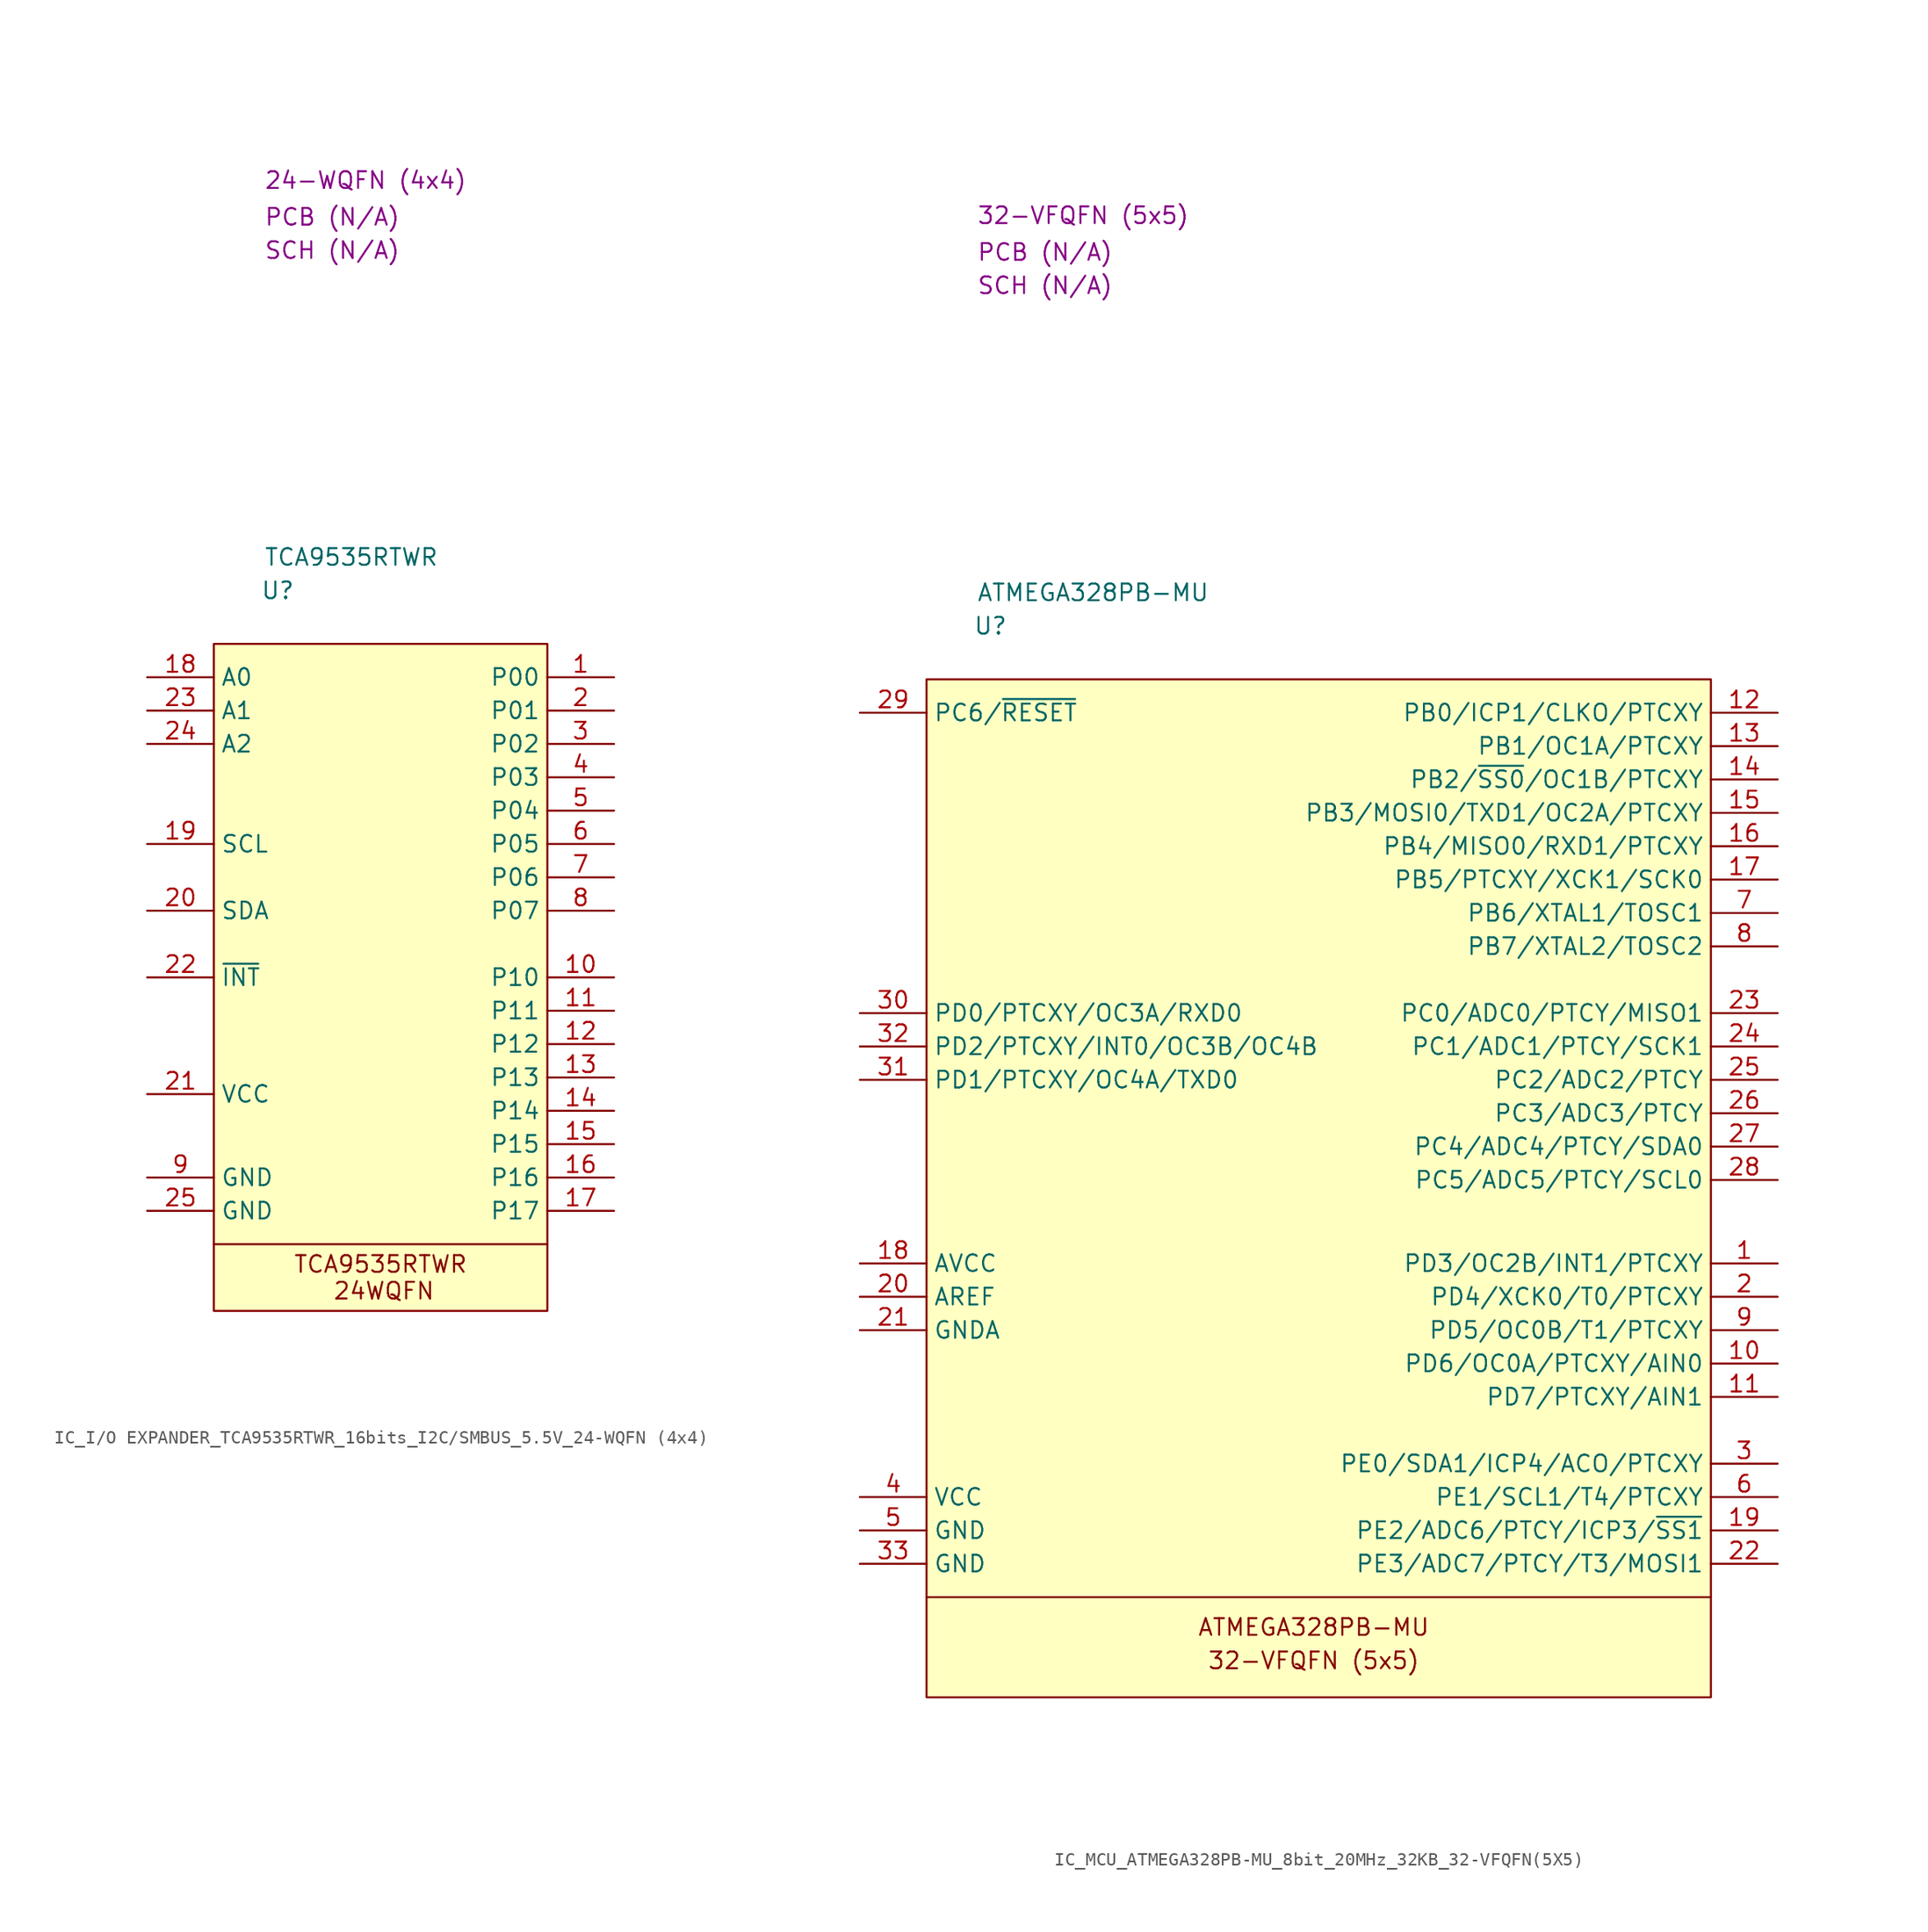
<source format=kicad_sym>
(kicad_symbol_lib
  (version 20231120)
  (generator "kicad_symbol_editor")
  (generator_version "8.0")
  (symbol "IC_I/O EXPANDER_TCA9535RTWR_16bits_I2C/SMBUS_5.5V_24-WQFN (4x4)"
    (property "Reference" "U"
      (at 3.556 4.064 0)
      (effects (font (size 1.27 1.27)) (justify left)))
    (property "Value" "TCA9535RTWR"
      (at 3.81 6.604 0)
      (effects (font (size 1.27 1.27)) (justify left)))
    (property "Package" "24-WQFN (4x4)"
      (at 3.81 35.306 0)
      (effects (font (size 1.27 1.27)) (justify left)))
    (property "SCH CHECK" "SCH (N/A)"
      (at 3.81 29.972 0)
      (effects (font (size 1.27 1.27)) (justify left)))
    (property "PCB CHECK" "PCB (N/A)"
      (at 3.81 32.512 0)
      (effects (font (size 1.27 1.27)) (justify left)))
    (symbol "IC_I/O EXPANDER_TCA9535RTWR_16bits_I2C/SMBUS_5.5V_24-WQFN (4x4)_1_1"
      (polyline (pts (xy 0 -45.72) (xy 25.4 -45.72)) (stroke (width 0) (type default)) (fill (type none)))
      (rectangle (start 0 0) (end 25.4 -50.8) (stroke (width 0) (type default)) (fill (type background)))
      (text "24WQFN" (at 12.954 -49.276 0) (effects (font (size 1.27 1.27))))
      (text "TCA9535RTWR" (at 12.7 -47.244 0) (effects (font (size 1.27 1.27))))
      (pin passive line (at 30.48 -2.54 180) (length 5.08) (name "P00" (effects (font (size 1.27 1.27)))) (number "1" (effects (font (size 1.27 1.27)))))
      (pin passive line (at 30.48 -25.4 180) (length 5.08) (name "P10" (effects (font (size 1.27 1.27)))) (number "10" (effects (font (size 1.27 1.27)))))
      (pin passive line (at 30.48 -27.94 180) (length 5.08) (name "P11" (effects (font (size 1.27 1.27)))) (number "11" (effects (font (size 1.27 1.27)))))
      (pin passive line (at 30.48 -30.48 180) (length 5.08) (name "P12" (effects (font (size 1.27 1.27)))) (number "12" (effects (font (size 1.27 1.27)))))
      (pin passive line (at 30.48 -33.02 180) (length 5.08) (name "P13" (effects (font (size 1.27 1.27)))) (number "13" (effects (font (size 1.27 1.27)))))
      (pin passive line (at 30.48 -35.56 180) (length 5.08) (name "P14" (effects (font (size 1.27 1.27)))) (number "14" (effects (font (size 1.27 1.27)))))
      (pin passive line (at 30.48 -38.1 180) (length 5.08) (name "P15" (effects (font (size 1.27 1.27)))) (number "15" (effects (font (size 1.27 1.27)))))
      (pin passive line (at 30.48 -40.64 180) (length 5.08) (name "P16" (effects (font (size 1.27 1.27)))) (number "16" (effects (font (size 1.27 1.27)))))
      (pin passive line (at 30.48 -43.18 180) (length 5.08) (name "P17" (effects (font (size 1.27 1.27)))) (number "17" (effects (font (size 1.27 1.27)))))
      (pin passive line (at -5.08 -2.54 0) (length 5.08) (name "A0" (effects (font (size 1.27 1.27)))) (number "18" (effects (font (size 1.27 1.27)))))
      (pin passive line (at -5.08 -15.24 0) (length 5.08) (name "SCL" (effects (font (size 1.27 1.27)))) (number "19" (effects (font (size 1.27 1.27)))))
      (pin passive line (at 30.48 -5.08 180) (length 5.08) (name "P01" (effects (font (size 1.27 1.27)))) (number "2" (effects (font (size 1.27 1.27)))))
      (pin passive line (at -5.08 -20.32 0) (length 5.08) (name "SDA" (effects (font (size 1.27 1.27)))) (number "20" (effects (font (size 1.27 1.27)))))
      (pin passive line (at -5.08 -34.29 0) (length 5.08) (name "VCC" (effects (font (size 1.27 1.27)))) (number "21" (effects (font (size 1.27 1.27)))))
      (pin passive line (at -5.08 -25.4 0) (length 5.08) (name "~{INT}" (effects (font (size 1.27 1.27)))) (number "22" (effects (font (size 1.27 1.27)))))
      (pin passive line (at -5.08 -5.08 0) (length 5.08) (name "A1" (effects (font (size 1.27 1.27)))) (number "23" (effects (font (size 1.27 1.27)))))
      (pin passive line (at -5.08 -7.62 0) (length 5.08) (name "A2" (effects (font (size 1.27 1.27)))) (number "24" (effects (font (size 1.27 1.27)))))
      (pin passive line (at -5.08 -43.18 0) (length 5.08) (name "GND" (effects (font (size 1.27 1.27)))) (number "25" (effects (font (size 1.27 1.27)))))
      (pin passive line (at 30.48 -7.62 180) (length 5.08) (name "P02" (effects (font (size 1.27 1.27)))) (number "3" (effects (font (size 1.27 1.27)))))
      (pin passive line (at 30.48 -10.16 180) (length 5.08) (name "P03" (effects (font (size 1.27 1.27)))) (number "4" (effects (font (size 1.27 1.27)))))
      (pin passive line (at 30.48 -12.7 180) (length 5.08) (name "P04" (effects (font (size 1.27 1.27)))) (number "5" (effects (font (size 1.27 1.27)))))
      (pin passive line (at 30.48 -15.24 180) (length 5.08) (name "P05" (effects (font (size 1.27 1.27)))) (number "6" (effects (font (size 1.27 1.27)))))
      (pin passive line (at 30.48 -17.78 180) (length 5.08) (name "P06" (effects (font (size 1.27 1.27)))) (number "7" (effects (font (size 1.27 1.27)))))
      (pin passive line (at 30.48 -20.32 180) (length 5.08) (name "P07" (effects (font (size 1.27 1.27)))) (number "8" (effects (font (size 1.27 1.27)))))
      (pin passive line (at -5.08 -40.64 0) (length 5.08) (name "GND" (effects (font (size 1.27 1.27)))) (number "9" (effects (font (size 1.27 1.27)))))))
  (symbol "IC_MCU_ATMEGA328PB-MU_8bit_20MHz_32KB_32-VFQFN(5X5)"
    (property "Reference" "U"
      (at 3.556 4.064 0)
      (effects (font (size 1.27 1.27)) (justify left)))
    (property "Value" "ATMEGA328PB-MU"
      (at 3.81 6.604 0)
      (effects (font (size 1.27 1.27)) (justify left)))
    (property "Package" "32-VFQFN (5x5)"
      (at 3.81 35.306 0)
      (effects (font (size 1.27 1.27)) (justify left)))
    (property "SCH CHECK" "SCH (N/A)"
      (at 3.81 29.972 0)
      (effects (font (size 1.27 1.27)) (justify left)))
    (property "PCB CHECK" "PCB (N/A)"
      (at 3.81 32.512 0)
      (effects (font (size 1.27 1.27)) (justify left)))
    (symbol "IC_MCU_ATMEGA328PB-MU_8bit_20MHz_32KB_32-VFQFN(5X5)_0_0"
      (pin passive line (at 64.77 -44.45 180) (length 5.08) (name "PD3/OC2B/INT1/PTCXY" (effects (font (size 1.27 1.27)))) (number "1" (effects (font (size 1.27 1.27)))))
      (pin passive line (at 64.77 -52.07 180) (length 5.08) (name "PD6/OC0A/PTCXY/AIN0" (effects (font (size 1.27 1.27)))) (number "10" (effects (font (size 1.27 1.27)))))
      (pin passive line (at 64.77 -54.61 180) (length 5.08) (name "PD7/PTCXY/AIN1" (effects (font (size 1.27 1.27)))) (number "11" (effects (font (size 1.27 1.27)))))
      (pin passive line (at 64.77 -2.54 180) (length 5.08) (name "PB0/ICP1/CLKO/PTCXY" (effects (font (size 1.27 1.27)))) (number "12" (effects (font (size 1.27 1.27)))))
      (pin passive line (at 64.77 -5.08 180) (length 5.08) (name "PB1/OC1A/PTCXY" (effects (font (size 1.27 1.27)))) (number "13" (effects (font (size 1.27 1.27)))))
      (pin passive line (at 64.77 -7.62 180) (length 5.08) (name "PB2/~{SS0}/OC1B/PTCXY" (effects (font (size 1.27 1.27)))) (number "14" (effects (font (size 1.27 1.27)))))
      (pin passive line (at 64.77 -10.16 180) (length 5.08) (name "PB3/MOSI0/TXD1/OC2A/PTCXY" (effects (font (size 1.27 1.27)))) (number "15" (effects (font (size 1.27 1.27)))))
      (pin passive line (at 64.77 -12.7 180) (length 5.08) (name "PB4/MISO0/RXD1/PTCXY" (effects (font (size 1.27 1.27)))) (number "16" (effects (font (size 1.27 1.27)))))
      (pin passive line (at 64.77 -15.24 180) (length 5.08) (name "PB5/PTCXY/XCK1/SCK0" (effects (font (size 1.27 1.27)))) (number "17" (effects (font (size 1.27 1.27)))))
      (pin passive line (at -5.08 -44.45 0) (length 5.08) (name "AVCC" (effects (font (size 1.27 1.27)))) (number "18" (effects (font (size 1.27 1.27)))))
      (pin passive line (at 64.77 -64.77 180) (length 5.08) (name "PE2/ADC6/PTCY/ICP3/~{SS1}" (effects (font (size 1.27 1.27)))) (number "19" (effects (font (size 1.27 1.27)))))
      (pin passive line (at 64.77 -46.99 180) (length 5.08) (name "PD4/XCK0/T0/PTCXY" (effects (font (size 1.27 1.27)))) (number "2" (effects (font (size 1.27 1.27)))))
      (pin passive line (at -5.08 -46.99 0) (length 5.08) (name "AREF" (effects (font (size 1.27 1.27)))) (number "20" (effects (font (size 1.27 1.27)))))
      (pin passive line (at 64.77 -67.31 180) (length 5.08) (name "PE3/ADC7/PTCY/T3/MOSI1" (effects (font (size 1.27 1.27)))) (number "22" (effects (font (size 1.27 1.27)))))
      (pin passive line (at 64.77 -25.4 180) (length 5.08) (name "PC0/ADC0/PTCY/MISO1" (effects (font (size 1.27 1.27)))) (number "23" (effects (font (size 1.27 1.27)))))
      (pin passive line (at 64.77 -27.94 180) (length 5.08) (name "PC1/ADC1/PTCY/SCK1" (effects (font (size 1.27 1.27)))) (number "24" (effects (font (size 1.27 1.27)))))
      (pin passive line (at 64.77 -30.48 180) (length 5.08) (name "PC2/ADC2/PTCY" (effects (font (size 1.27 1.27)))) (number "25" (effects (font (size 1.27 1.27)))))
      (pin passive line (at 64.77 -33.02 180) (length 5.08) (name "PC3/ADC3/PTCY" (effects (font (size 1.27 1.27)))) (number "26" (effects (font (size 1.27 1.27)))))
      (pin passive line (at 64.77 -35.56 180) (length 5.08) (name "PC4/ADC4/PTCY/SDA0" (effects (font (size 1.27 1.27)))) (number "27" (effects (font (size 1.27 1.27)))))
      (pin passive line (at 64.77 -38.1 180) (length 5.08) (name "PC5/ADC5/PTCY/SCL0" (effects (font (size 1.27 1.27)))) (number "28" (effects (font (size 1.27 1.27)))))
      (pin passive line (at -5.08 -2.54 0) (length 5.08) (name "PC6/~{RESET}" (effects (font (size 1.27 1.27)))) (number "29" (effects (font (size 1.27 1.27)))))
      (pin passive line (at 64.77 -59.69 180) (length 5.08) (name "PE0/SDA1/ICP4/ACO/PTCXY" (effects (font (size 1.27 1.27)))) (number "3" (effects (font (size 1.27 1.27)))))
      (pin passive line (at -5.08 -25.4 0) (length 5.08) (name "PD0/PTCXY/OC3A/RXD0" (effects (font (size 1.27 1.27)))) (number "30" (effects (font (size 1.27 1.27)))))
      (pin passive line (at -5.08 -30.48 0) (length 5.08) (name "PD1/PTCXY/OC4A/TXD0" (effects (font (size 1.27 1.27)))) (number "31" (effects (font (size 1.27 1.27)))))
      (pin passive line (at -5.08 -27.94 0) (length 5.08) (name "PD2/PTCXY/INT0/OC3B/OC4B" (effects (font (size 1.27 1.27)))) (number "32" (effects (font (size 1.27 1.27)))))
      (pin passive line (at -5.08 -62.23 0) (length 5.08) (name "VCC" (effects (font (size 1.27 1.27)))) (number "4" (effects (font (size 1.27 1.27)))))
      (pin passive line (at -5.08 -64.77 0) (length 5.08) (name "GND" (effects (font (size 1.27 1.27)))) (number "5" (effects (font (size 1.27 1.27)))))
      (pin passive line (at 64.77 -62.23 180) (length 5.08) (name "PE1/SCL1/T4/PTCXY" (effects (font (size 1.27 1.27)))) (number "6" (effects (font (size 1.27 1.27)))))
      (pin passive line (at 64.77 -17.78 180) (length 5.08) (name "PB6/XTAL1/TOSC1" (effects (font (size 1.27 1.27)))) (number "7" (effects (font (size 1.27 1.27)))))
      (pin passive line (at 64.77 -20.32 180) (length 5.08) (name "PB7/XTAL2/TOSC2" (effects (font (size 1.27 1.27)))) (number "8" (effects (font (size 1.27 1.27)))))
      (pin passive line (at 64.77 -49.53 180) (length 5.08) (name "PD5/OC0B/T1/PTCXY" (effects (font (size 1.27 1.27)))) (number "9" (effects (font (size 1.27 1.27))))))
    (symbol "IC_MCU_ATMEGA328PB-MU_8bit_20MHz_32KB_32-VFQFN(5X5)_1_0"
      (pin passive line (at -5.08 -49.53 0) (length 5.08) (name "GNDA" (effects (font (size 1.27 1.27)))) (number "21" (effects (font (size 1.27 1.27))))))
    (symbol "IC_MCU_ATMEGA328PB-MU_8bit_20MHz_32KB_32-VFQFN(5X5)_1_1"
      (polyline (pts (xy 0 -69.85) (xy 59.69 -69.85)) (stroke (width 0) (type default)) (fill (type none)))
      (rectangle (start 0 0) (end 59.69 -77.47) (stroke (width 0) (type default)) (fill (type background)))
      (text "32-VFQFN (5x5)" (at 29.464 -74.676 0) (effects (font (size 1.27 1.27))))
      (text "ATMEGA328PB-MU" (at 29.464 -72.136 0) (effects (font (size 1.27 1.27))))
      (pin passive line (at -5.08 -67.31 0) (length 5.08) (name "GND" (effects (font (size 1.27 1.27)))) (number "33" (effects (font (size 1.27 1.27))))))))
</source>
